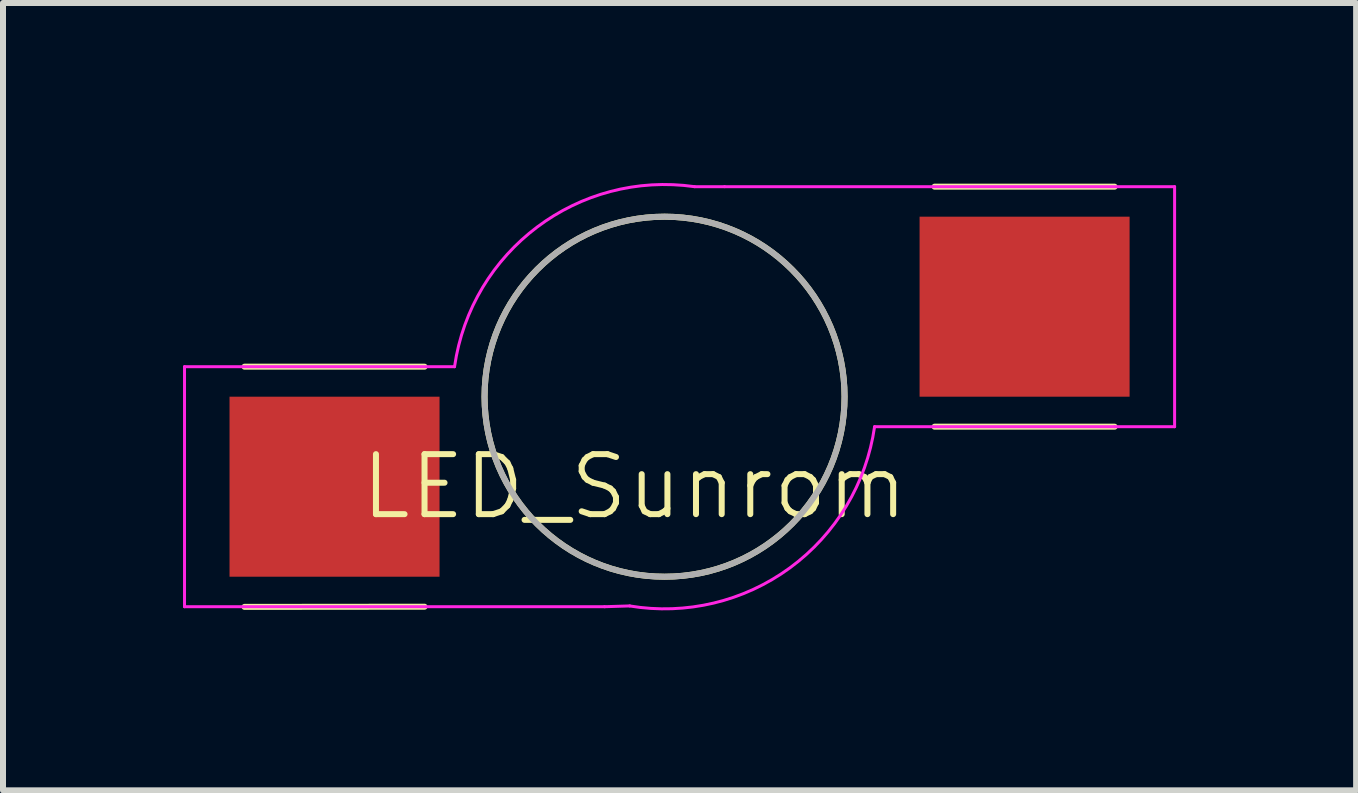
<source format=kicad_pcb>
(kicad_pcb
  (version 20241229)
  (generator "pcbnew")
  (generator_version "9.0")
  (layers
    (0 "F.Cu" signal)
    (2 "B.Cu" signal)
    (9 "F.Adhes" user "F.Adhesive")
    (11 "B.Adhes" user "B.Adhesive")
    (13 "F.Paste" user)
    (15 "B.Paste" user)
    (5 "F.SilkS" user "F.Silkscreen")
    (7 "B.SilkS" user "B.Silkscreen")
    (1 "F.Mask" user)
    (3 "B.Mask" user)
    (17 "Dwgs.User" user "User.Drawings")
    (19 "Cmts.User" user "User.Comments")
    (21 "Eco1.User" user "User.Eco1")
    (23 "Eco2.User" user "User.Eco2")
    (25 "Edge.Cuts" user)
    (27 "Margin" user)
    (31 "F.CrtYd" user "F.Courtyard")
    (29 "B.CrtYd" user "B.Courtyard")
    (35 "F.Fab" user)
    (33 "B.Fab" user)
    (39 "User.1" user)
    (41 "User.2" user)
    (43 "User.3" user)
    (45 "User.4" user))
  (footprint "LED_Sunrom"
    (layer "F.Cu")
    (at 8.025 3.561)
    (property "Reference" "LED_Sunrom" (at -0.5 1.5 0) (unlocked yes) (layer "F.SilkS") (effects (font (size 1 1) (thickness 0.1))))
    (attr smd)
    (fp_line (start -7 -0.5) (end -4 -0.5) (stroke (width 0.1) (type default)) (layer "F.SilkS"))
    (fp_line (start -4 3.5) (end -7 3.503) (stroke (width 0.1) (type default)) (layer "F.SilkS"))
    (fp_line (start 4.5 -3.5) (end 7.5 -3.5) (stroke (width 0.1) (type default)) (layer "F.SilkS"))
    (fp_line (start 4.5 0.5) (end 7.5 0.5) (stroke (width 0.1) (type default)) (layer "F.SilkS"))
    (fp_circle (center 0 0) (end 3 0) (stroke (width 0.1) (type default)) (fill no) (layer "F.SilkS"))
    (fp_line (start -8 -0.5) (end -8 3.5) (stroke (width 0.05) (type default)) (layer "F.CrtYd"))
    (fp_line (start -8 3.5) (end -1 3.5) (stroke (width 0.05) (type default)) (layer "F.CrtYd"))
    (fp_line (start -3.5 -0.5) (end -8 -0.5) (stroke (width 0.05) (type default)) (layer "F.CrtYd"))
    (fp_line (start -1 3.5) (end -0.581 3.487) (stroke (width 0.05) (type default)) (layer "F.CrtYd"))
    (fp_line (start 0.5 -3.5) (end 1 -3.5) (stroke (width 0.05) (type default)) (layer "F.CrtYd"))
    (fp_line (start 7.5 0.5) (end 3.5 0.5) (stroke (width 0.05) (type default)) (layer "F.CrtYd"))
    (fp_line (start 8.5 -3.5) (end 1 -3.5) (stroke (width 0.05) (type default)) (layer "F.CrtYd"))
    (fp_line (start 8.5 -3.5) (end 8.5 0.5) (stroke (width 0.05) (type default)) (layer "F.CrtYd"))
    (fp_line (start 8.5 0.5) (end 7.5 0.5) (stroke (width 0.05) (type default)) (layer "F.CrtYd"))
    (fp_arc (start -3.499999 -0.5) (mid -2.12132 -2.828426) (end 0.5 -3.499999) (stroke (width 0.05) (type default)) (layer "F.CrtYd"))
    (fp_arc (start 3.499999 0.5) (mid 2.088294 2.852897) (end -0.581238 3.487428) (stroke (width 0.05) (type default)) (layer "F.CrtYd"))
    (fp_circle (center 0 0) (end 3 0) (stroke (width 0.1) (type default)) (fill no) (layer "F.Fab"))
    (pad "1" smd rect (at -5.5 1.5 90) (size 3 3.5) (layers "F.Cu" "F.Mask" "F.Paste"))
    (pad "2" smd rect (at 6 -1.5 90) (size 3 3.5) (layers "F.Cu" "F.Mask" "F.Paste")))
  (gr_rect
    (start -3 -3)
    (end 19.55 10.121)
    (stroke (width 0.1) (type default))
    (fill no)
    (layer "Edge.Cuts")))
</source>
